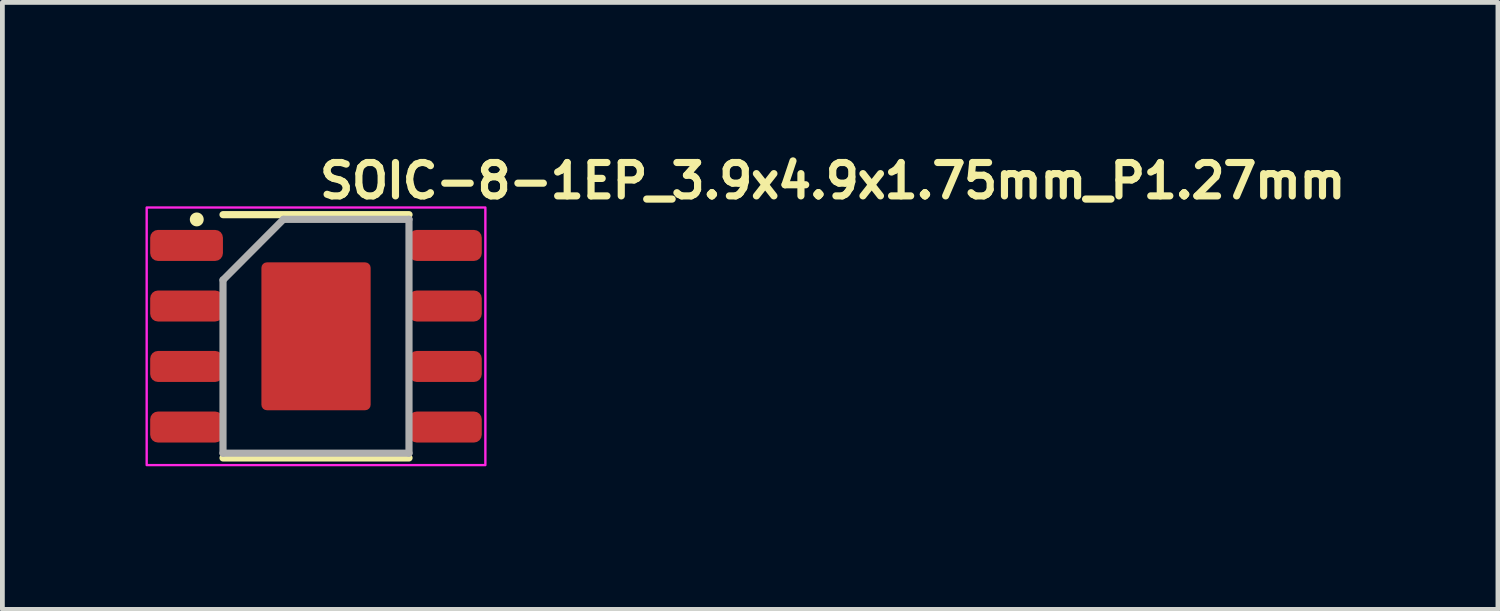
<source format=kicad_pcb>
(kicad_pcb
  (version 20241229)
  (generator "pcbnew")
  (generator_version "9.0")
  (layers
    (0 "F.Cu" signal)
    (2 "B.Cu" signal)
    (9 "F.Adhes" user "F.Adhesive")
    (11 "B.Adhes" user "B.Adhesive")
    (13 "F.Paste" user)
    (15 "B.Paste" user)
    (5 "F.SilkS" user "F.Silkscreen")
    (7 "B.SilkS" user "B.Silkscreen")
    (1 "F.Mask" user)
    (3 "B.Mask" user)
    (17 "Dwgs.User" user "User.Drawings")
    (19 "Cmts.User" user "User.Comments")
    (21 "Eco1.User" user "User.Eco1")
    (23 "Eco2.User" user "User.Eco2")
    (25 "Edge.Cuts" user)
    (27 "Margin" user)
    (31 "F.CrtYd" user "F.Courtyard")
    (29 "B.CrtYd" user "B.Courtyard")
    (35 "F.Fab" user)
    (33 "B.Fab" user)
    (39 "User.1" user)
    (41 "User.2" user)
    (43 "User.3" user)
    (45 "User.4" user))
  (footprint "SOIC-8-1EP_3.9x4.9x1.75mm_P1.27mm"
    (layer "F.Cu")
    (at 3.575 4)
    (property "Reference" "SOIC-8-1EP_3.9x4.9x1.75mm_P1.27mm" (at 0 -2.85 0) (layer "F.SilkS") (effects (font (size 0.7 0.7) (thickness 0.15)) (justify left bottom)))
    (attr smd)
    (fp_line (start 1.95 -2.55) (end -1.95 -2.55) (stroke (width 0.15) (type solid)) (layer "F.SilkS"))
    (fp_line (start 1.95 2.55) (end -1.95 2.55) (stroke (width 0.15) (type solid)) (layer "F.SilkS"))
    (fp_circle (center -2.5 -2.45) (end -2.45 -2.4) (stroke (width 0.15) (type solid)) (fill yes) (layer "F.SilkS"))
    (fp_rect (start -3.55 -2.7) (end 3.55 2.7) (stroke (width 0.05) (type solid)) (fill no) (layer "F.CrtYd"))
    (fp_line (start -1.95 -1.18) (end -0.683 -2.452) (stroke (width 0.15) (type solid)) (layer "F.Fab"))
    (fp_line (start -1.95 2.45) (end -1.95 -1.18) (stroke (width 0.15) (type solid)) (layer "F.Fab"))
    (fp_line (start -0.683 -2.452) (end 1.949 -2.452) (stroke (width 0.15) (type solid)) (layer "F.Fab"))
    (fp_line (start 1.949 -2.452) (end 1.949 2.45) (stroke (width 0.15) (type solid)) (layer "F.Fab"))
    (fp_line (start 1.949 2.45) (end -1.95 2.45) (stroke (width 0.15) (type solid)) (layer "F.Fab"))
    (fp_rect (start -3 -2.452) (end 2.999 2.45) (stroke (width 0.1) (type solid)) (fill no) (layer "User.5"))
    (fp_line (start -3 -2.11) (end -2.753 -2.11) (stroke (width 0.02) (type solid)) (layer "User.9"))
    (fp_line (start -3 -1.7) (end -3 -2.11) (stroke (width 0.02) (type solid)) (layer "User.9"))
    (fp_line (start -3 -1.7) (end -2.753 -1.7) (stroke (width 0.02) (type solid)) (layer "User.9"))
    (fp_line (start -3 -0.84) (end -2.753 -0.84) (stroke (width 0.02) (type solid)) (layer "User.9"))
    (fp_line (start -3 -0.43) (end -3 -0.84) (stroke (width 0.02) (type solid)) (layer "User.9"))
    (fp_line (start -3 -0.43) (end -2.753 -0.43) (stroke (width 0.02) (type solid)) (layer "User.9"))
    (fp_line (start -3 0.428) (end -2.753 0.428) (stroke (width 0.02) (type solid)) (layer "User.9"))
    (fp_line (start -3 0.838) (end -3 0.428) (stroke (width 0.02) (type solid)) (layer "User.9"))
    (fp_line (start -3 0.838) (end -2.753 0.838) (stroke (width 0.02) (type solid)) (layer "User.9"))
    (fp_line (start -3 1.699) (end -2.753 1.699) (stroke (width 0.02) (type solid)) (layer "User.9"))
    (fp_line (start -3 2.108) (end -3 1.699) (stroke (width 0.02) (type solid)) (layer "User.9"))
    (fp_line (start -3 2.108) (end -2.753 2.108) (stroke (width 0.02) (type solid)) (layer "User.9"))
    (fp_line (start -2.753 -2.11) (end -2.672 -2.11) (stroke (width 0.02) (type solid)) (layer "User.9"))
    (fp_line (start -2.753 -1.7) (end -2.672 -1.7) (stroke (width 0.02) (type solid)) (layer "User.9"))
    (fp_line (start -2.753 -0.84) (end -2.672 -0.84) (stroke (width 0.02) (type solid)) (layer "User.9"))
    (fp_line (start -2.753 -0.43) (end -2.672 -0.43) (stroke (width 0.02) (type solid)) (layer "User.9"))
    (fp_line (start -2.753 0.428) (end -2.672 0.428) (stroke (width 0.02) (type solid)) (layer "User.9"))
    (fp_line (start -2.753 0.838) (end -2.672 0.838) (stroke (width 0.02) (type solid)) (layer "User.9"))
    (fp_line (start -2.753 1.699) (end -2.672 1.699) (stroke (width 0.02) (type solid)) (layer "User.9"))
    (fp_line (start -2.753 2.108) (end -2.672 2.108) (stroke (width 0.02) (type solid)) (layer "User.9"))
    (fp_line (start -2.672 -2.11) (end -2.145 -2.11) (stroke (width 0.02) (type solid)) (layer "User.9"))
    (fp_line (start -2.672 -1.7) (end -2.145 -1.7) (stroke (width 0.02) (type solid)) (layer "User.9"))
    (fp_line (start -2.672 -0.84) (end -2.145 -0.84) (stroke (width 0.02) (type solid)) (layer "User.9"))
    (fp_line (start -2.672 -0.43) (end -2.145 -0.43) (stroke (width 0.02) (type solid)) (layer "User.9"))
    (fp_line (start -2.672 0.428) (end -2.145 0.428) (stroke (width 0.02) (type solid)) (layer "User.9"))
    (fp_line (start -2.672 0.838) (end -2.145 0.838) (stroke (width 0.02) (type solid)) (layer "User.9"))
    (fp_line (start -2.672 1.699) (end -2.145 1.699) (stroke (width 0.02) (type solid)) (layer "User.9"))
    (fp_line (start -2.672 2.108) (end -2.145 2.108) (stroke (width 0.02) (type solid)) (layer "User.9"))
    (fp_line (start -2.145 -2.11) (end -2.064 -2.11) (stroke (width 0.02) (type solid)) (layer "User.9"))
    (fp_line (start -2.145 -1.7) (end -2.064 -1.7) (stroke (width 0.02) (type solid)) (layer "User.9"))
    (fp_line (start -2.145 -0.84) (end -2.064 -0.84) (stroke (width 0.02) (type solid)) (layer "User.9"))
    (fp_line (start -2.145 -0.43) (end -2.064 -0.43) (stroke (width 0.02) (type solid)) (layer "User.9"))
    (fp_line (start -2.145 0.428) (end -2.064 0.428) (stroke (width 0.02) (type solid)) (layer "User.9"))
    (fp_line (start -2.145 0.838) (end -2.064 0.838) (stroke (width 0.02) (type solid)) (layer "User.9"))
    (fp_line (start -2.145 1.699) (end -2.064 1.699) (stroke (width 0.02) (type solid)) (layer "User.9"))
    (fp_line (start -2.145 2.108) (end -2.064 2.108) (stroke (width 0.02) (type solid)) (layer "User.9"))
    (fp_line (start -2.064 -2.11) (end -1.95 -2.11) (stroke (width 0.02) (type solid)) (layer "User.9"))
    (fp_line (start -2.064 -1.7) (end -1.95 -1.7) (stroke (width 0.02) (type solid)) (layer "User.9"))
    (fp_line (start -2.064 -0.84) (end -1.95 -0.84) (stroke (width 0.02) (type solid)) (layer "User.9"))
    (fp_line (start -2.064 -0.43) (end -1.95 -0.43) (stroke (width 0.02) (type solid)) (layer "User.9"))
    (fp_line (start -2.064 0.428) (end -1.95 0.428) (stroke (width 0.02) (type solid)) (layer "User.9"))
    (fp_line (start -2.064 0.838) (end -1.95 0.838) (stroke (width 0.02) (type solid)) (layer "User.9"))
    (fp_line (start -2.064 1.699) (end -1.95 1.699) (stroke (width 0.02) (type solid)) (layer "User.9"))
    (fp_line (start -2.064 2.108) (end -1.95 2.108) (stroke (width 0.02) (type solid)) (layer "User.9"))
    (fp_line (start -1.95 -2.452) (end -1.859 -2.359) (stroke (width 0.02) (type solid)) (layer "User.9"))
    (fp_line (start -1.95 -2.452) (end 1.949 -2.452) (stroke (width 0.02) (type solid)) (layer "User.9"))
    (fp_line (start -1.95 -1.7) (end -1.95 -2.11) (stroke (width 0.02) (type solid)) (layer "User.9"))
    (fp_line (start -1.95 -0.43) (end -1.95 -0.84) (stroke (width 0.02) (type solid)) (layer "User.9"))
    (fp_line (start -1.95 0.838) (end -1.95 0.428) (stroke (width 0.02) (type solid)) (layer "User.9"))
    (fp_line (start -1.95 2.108) (end -1.95 1.699) (stroke (width 0.02) (type solid)) (layer "User.9"))
    (fp_line (start -1.95 2.45) (end -1.95 -2.452) (stroke (width 0.02) (type solid)) (layer "User.9"))
    (fp_line (start -1.95 2.45) (end -1.859 2.358) (stroke (width 0.02) (type solid)) (layer "User.9"))
    (fp_line (start -1.95 2.45) (end 1.949 2.45) (stroke (width 0.02) (type solid)) (layer "User.9"))
    (fp_line (start -1.859 -2.359) (end -1.809 -2.31) (stroke (width 0.02) (type solid)) (layer "User.9"))
    (fp_line (start -1.859 2.358) (end -1.809 2.307) (stroke (width 0.02) (type solid)) (layer "User.9"))
    (fp_line (start -1.559 -1.841) (end -1.559 -1.829) (stroke (width 0.02) (type solid)) (layer "User.9"))
    (fp_line (start -1.559 -1.829) (end -1.559 -1.815) (stroke (width 0.02) (type solid)) (layer "User.9"))
    (fp_line (start -1.559 -1.815) (end -1.559 -1.815) (stroke (width 0.02) (type solid)) (layer "User.9"))
    (fp_line (start -1.559 -1.815) (end -1.559 -1.803) (stroke (width 0.02) (type solid)) (layer "User.9"))
    (fp_line (start -1.559 -1.803) (end -1.559 -1.792) (stroke (width 0.02) (type solid)) (layer "User.9"))
    (fp_line (start -1.559 -1.792) (end -1.557 -1.778) (stroke (width 0.02) (type solid)) (layer "User.9"))
    (fp_line (start -1.557 -1.853) (end -1.559 -1.841) (stroke (width 0.02) (type solid)) (layer "User.9"))
    (fp_line (start -1.557 -1.778) (end -1.555 -1.766) (stroke (width 0.02) (type solid)) (layer "User.9"))
    (fp_line (start -1.555 -1.865) (end -1.557 -1.853) (stroke (width 0.02) (type solid)) (layer "User.9"))
    (fp_line (start -1.555 -1.766) (end -1.553 -1.756) (stroke (width 0.02) (type solid)) (layer "User.9"))
    (fp_line (start -1.553 -1.877) (end -1.555 -1.865) (stroke (width 0.02) (type solid)) (layer "User.9"))
    (fp_line (start -1.553 -1.756) (end -1.549 -1.744) (stroke (width 0.02) (type solid)) (layer "User.9"))
    (fp_line (start -1.549 -1.889) (end -1.553 -1.877) (stroke (width 0.02) (type solid)) (layer "User.9"))
    (fp_line (start -1.549 -1.744) (end -1.545 -1.732) (stroke (width 0.02) (type solid)) (layer "User.9"))
    (fp_line (start -1.545 -1.899) (end -1.549 -1.889) (stroke (width 0.02) (type solid)) (layer "User.9"))
    (fp_line (start -1.545 -1.732) (end -1.541 -1.722) (stroke (width 0.02) (type solid)) (layer "User.9"))
    (fp_line (start -1.541 -1.911) (end -1.545 -1.899) (stroke (width 0.02) (type solid)) (layer "User.9"))
    (fp_line (start -1.541 -1.722) (end -1.536 -1.71) (stroke (width 0.02) (type solid)) (layer "User.9"))
    (fp_line (start -1.536 -1.922) (end -1.541 -1.911) (stroke (width 0.02) (type solid)) (layer "User.9"))
    (fp_line (start -1.536 -1.71) (end -1.53 -1.7) (stroke (width 0.02) (type solid)) (layer "User.9"))
    (fp_line (start -1.53 -1.932) (end -1.536 -1.922) (stroke (width 0.02) (type solid)) (layer "User.9"))
    (fp_line (start -1.53 -1.7) (end -1.524 -1.69) (stroke (width 0.02) (type solid)) (layer "User.9"))
    (fp_line (start -1.524 -1.942) (end -1.53 -1.932) (stroke (width 0.02) (type solid)) (layer "User.9"))
    (fp_line (start -1.524 -1.69) (end -1.518 -1.68) (stroke (width 0.02) (type solid)) (layer "User.9"))
    (fp_line (start -1.518 -1.952) (end -1.524 -1.942) (stroke (width 0.02) (type solid)) (layer "User.9"))
    (fp_line (start -1.518 -1.68) (end -1.512 -1.67) (stroke (width 0.02) (type solid)) (layer "User.9"))
    (fp_line (start -1.512 -1.962) (end -1.518 -1.952) (stroke (width 0.02) (type solid)) (layer "User.9"))
    (fp_line (start -1.512 -1.67) (end -1.504 -1.661) (stroke (width 0.02) (type solid)) (layer "User.9"))
    (fp_line (start -1.504 -1.972) (end -1.512 -1.962) (stroke (width 0.02) (type solid)) (layer "User.9"))
    (fp_line (start -1.504 -1.661) (end -1.496 -1.653) (stroke (width 0.02) (type solid)) (layer "User.9"))
    (fp_line (start -1.496 -1.98) (end -1.504 -1.972) (stroke (width 0.02) (type solid)) (layer "User.9"))
    (fp_line (start -1.496 -1.653) (end -1.488 -1.643) (stroke (width 0.02) (type solid)) (layer "User.9"))
    (fp_line (start -1.488 -1.988) (end -1.496 -1.98) (stroke (width 0.02) (type solid)) (layer "User.9"))
    (fp_line (start -1.488 -1.643) (end -1.48 -1.635) (stroke (width 0.02) (type solid)) (layer "User.9"))
    (fp_line (start -1.48 -1.996) (end -1.488 -1.988) (stroke (width 0.02) (type solid)) (layer "User.9"))
    (fp_line (start -1.48 -1.635) (end -1.472 -1.627) (stroke (width 0.02) (type solid)) (layer "User.9"))
    (fp_line (start -1.472 -2.004) (end -1.48 -1.996) (stroke (width 0.02) (type solid)) (layer "User.9"))
    (fp_line (start -1.472 -1.627) (end -1.462 -1.621) (stroke (width 0.02) (type solid)) (layer "User.9"))
    (fp_line (start -1.462 -2.012) (end -1.472 -2.004) (stroke (width 0.02) (type solid)) (layer "User.9"))
    (fp_line (start -1.462 -1.621) (end -1.452 -1.613) (stroke (width 0.02) (type solid)) (layer "User.9"))
    (fp_line (start -1.452 -2.019) (end -1.462 -2.012) (stroke (width 0.02) (type solid)) (layer "User.9"))
    (fp_line (start -1.452 -1.613) (end -1.442 -1.607) (stroke (width 0.02) (type solid)) (layer "User.9"))
    (fp_line (start -1.442 -2.024) (end -1.452 -2.019) (stroke (width 0.02) (type solid)) (layer "User.9"))
    (fp_line (start -1.442 -1.607) (end -1.432 -1.601) (stroke (width 0.02) (type solid)) (layer "User.9"))
    (fp_line (start -1.432 -2.031) (end -1.442 -2.024) (stroke (width 0.02) (type solid)) (layer "User.9"))
    (fp_line (start -1.432 -1.601) (end -1.422 -1.597) (stroke (width 0.02) (type solid)) (layer "User.9"))
    (fp_line (start -1.422 -2.036) (end -1.432 -2.031) (stroke (width 0.02) (type solid)) (layer "User.9"))
    (fp_line (start -1.422 -1.597) (end -1.41 -1.591) (stroke (width 0.02) (type solid)) (layer "User.9"))
    (fp_line (start -1.41 -2.04) (end -1.422 -2.036) (stroke (width 0.02) (type solid)) (layer "User.9"))
    (fp_line (start -1.41 -1.591) (end -1.399 -1.587) (stroke (width 0.02) (type solid)) (layer "User.9"))
    (fp_line (start -1.399 -2.044) (end -1.41 -2.04) (stroke (width 0.02) (type solid)) (layer "User.9"))
    (fp_line (start -1.399 -1.587) (end -1.389 -1.583) (stroke (width 0.02) (type solid)) (layer "User.9"))
    (fp_line (start -1.389 -2.048) (end -1.399 -2.044) (stroke (width 0.02) (type solid)) (layer "User.9"))
    (fp_line (start -1.389 -1.583) (end -1.377 -1.579) (stroke (width 0.02) (type solid)) (layer "User.9"))
    (fp_line (start -1.377 -2.053) (end -1.389 -2.048) (stroke (width 0.02) (type solid)) (layer "User.9"))
    (fp_line (start -1.377 -1.579) (end -1.365 -1.577) (stroke (width 0.02) (type solid)) (layer "User.9"))
    (fp_line (start -1.365 -2.054) (end -1.377 -2.053) (stroke (width 0.02) (type solid)) (layer "User.9"))
    (fp_line (start -1.365 -1.577) (end -1.353 -1.575) (stroke (width 0.02) (type solid)) (layer "User.9"))
    (fp_line (start -1.353 -2.057) (end -1.365 -2.054) (stroke (width 0.02) (type solid)) (layer "User.9"))
    (fp_line (start -1.353 -1.575) (end -1.341 -1.573) (stroke (width 0.02) (type solid)) (layer "User.9"))
    (fp_line (start -1.341 -2.058) (end -1.353 -2.057) (stroke (width 0.02) (type solid)) (layer "User.9"))
    (fp_line (start -1.341 -1.573) (end -1.329 -1.573) (stroke (width 0.02) (type solid)) (layer "User.9"))
    (fp_line (start -1.329 -2.06) (end -1.341 -2.058) (stroke (width 0.02) (type solid)) (layer "User.9"))
    (fp_line (start -1.329 -1.573) (end -1.315 -1.573) (stroke (width 0.02) (type solid)) (layer "User.9"))
    (fp_line (start -1.315 -2.06) (end -1.329 -2.06) (stroke (width 0.02) (type solid)) (layer "User.9"))
    (fp_line (start -1.315 -2.06) (end -1.315 -2.06) (stroke (width 0.02) (type solid)) (layer "User.9"))
    (fp_line (start -1.315 -1.573) (end -1.315 -1.573) (stroke (width 0.02) (type solid)) (layer "User.9"))
    (fp_line (start -1.315 -1.573) (end -1.303 -1.573) (stroke (width 0.02) (type solid)) (layer "User.9"))
    (fp_line (start -1.303 -2.06) (end -1.315 -2.06) (stroke (width 0.02) (type solid)) (layer "User.9"))
    (fp_line (start -1.303 -1.573) (end -1.291 -1.573) (stroke (width 0.02) (type solid)) (layer "User.9"))
    (fp_line (start -1.291 -2.058) (end -1.303 -2.06) (stroke (width 0.02) (type solid)) (layer "User.9"))
    (fp_line (start -1.291 -1.573) (end -1.278 -1.575) (stroke (width 0.02) (type solid)) (layer "User.9"))
    (fp_line (start -1.278 -2.057) (end -1.291 -2.058) (stroke (width 0.02) (type solid)) (layer "User.9"))
    (fp_line (start -1.278 -1.575) (end -1.266 -1.577) (stroke (width 0.02) (type solid)) (layer "User.9"))
    (fp_line (start -1.266 -2.054) (end -1.278 -2.057) (stroke (width 0.02) (type solid)) (layer "User.9"))
    (fp_line (start -1.266 -1.577) (end -1.256 -1.579) (stroke (width 0.02) (type solid)) (layer "User.9"))
    (fp_line (start -1.256 -2.053) (end -1.266 -2.054) (stroke (width 0.02) (type solid)) (layer "User.9"))
    (fp_line (start -1.256 -1.579) (end -1.244 -1.583) (stroke (width 0.02) (type solid)) (layer "User.9"))
    (fp_line (start -1.244 -2.048) (end -1.256 -2.053) (stroke (width 0.02) (type solid)) (layer "User.9"))
    (fp_line (start -1.244 -1.583) (end -1.232 -1.587) (stroke (width 0.02) (type solid)) (layer "User.9"))
    (fp_line (start -1.232 -2.044) (end -1.244 -2.048) (stroke (width 0.02) (type solid)) (layer "User.9"))
    (fp_line (start -1.232 -1.587) (end -1.222 -1.591) (stroke (width 0.02) (type solid)) (layer "User.9"))
    (fp_line (start -1.222 -2.04) (end -1.232 -2.044) (stroke (width 0.02) (type solid)) (layer "User.9"))
    (fp_line (start -1.222 -1.591) (end -1.21 -1.597) (stroke (width 0.02) (type solid)) (layer "User.9"))
    (fp_line (start -1.21 -2.036) (end -1.222 -2.04) (stroke (width 0.02) (type solid)) (layer "User.9"))
    (fp_line (start -1.21 -1.597) (end -1.2 -1.601) (stroke (width 0.02) (type solid)) (layer "User.9"))
    (fp_line (start -1.2 -2.031) (end -1.21 -2.036) (stroke (width 0.02) (type solid)) (layer "User.9"))
    (fp_line (start -1.2 -1.601) (end -1.19 -1.607) (stroke (width 0.02) (type solid)) (layer "User.9"))
    (fp_line (start -1.19 -2.024) (end -1.2 -2.031) (stroke (width 0.02) (type solid)) (layer "User.9"))
    (fp_line (start -1.19 -1.607) (end -1.18 -1.613) (stroke (width 0.02) (type solid)) (layer "User.9"))
    (fp_line (start -1.18 -2.019) (end -1.19 -2.024) (stroke (width 0.02) (type solid)) (layer "User.9"))
    (fp_line (start -1.18 -1.613) (end -1.17 -1.621) (stroke (width 0.02) (type solid)) (layer "User.9"))
    (fp_line (start -1.17 -2.012) (end -1.18 -2.019) (stroke (width 0.02) (type solid)) (layer "User.9"))
    (fp_line (start -1.17 -1.621) (end -1.16 -1.627) (stroke (width 0.02) (type solid)) (layer "User.9"))
    (fp_line (start -1.16 -2.004) (end -1.17 -2.012) (stroke (width 0.02) (type solid)) (layer "User.9"))
    (fp_line (start -1.16 -1.627) (end -1.153 -1.635) (stroke (width 0.02) (type solid)) (layer "User.9"))
    (fp_line (start -1.153 -1.996) (end -1.16 -2.004) (stroke (width 0.02) (type solid)) (layer "User.9"))
    (fp_line (start -1.153 -1.635) (end -1.143 -1.643) (stroke (width 0.02) (type solid)) (layer "User.9"))
    (fp_line (start -1.143 -1.988) (end -1.153 -1.996) (stroke (width 0.02) (type solid)) (layer "User.9"))
    (fp_line (start -1.143 -1.643) (end -1.135 -1.653) (stroke (width 0.02) (type solid)) (layer "User.9"))
    (fp_line (start -1.135 -1.98) (end -1.143 -1.988) (stroke (width 0.02) (type solid)) (layer "User.9"))
    (fp_line (start -1.135 -1.653) (end -1.127 -1.661) (stroke (width 0.02) (type solid)) (layer "User.9"))
    (fp_line (start -1.127 -1.972) (end -1.135 -1.98) (stroke (width 0.02) (type solid)) (layer "User.9"))
    (fp_line (start -1.127 -1.661) (end -1.121 -1.67) (stroke (width 0.02) (type solid)) (layer "User.9"))
    (fp_line (start -1.121 -1.962) (end -1.127 -1.972) (stroke (width 0.02) (type solid)) (layer "User.9"))
    (fp_line (start -1.121 -1.67) (end -1.113 -1.68) (stroke (width 0.02) (type solid)) (layer "User.9"))
    (fp_line (start -1.113 -1.952) (end -1.121 -1.962) (stroke (width 0.02) (type solid)) (layer "User.9"))
    (fp_line (start -1.113 -1.68) (end -1.107 -1.69) (stroke (width 0.02) (type solid)) (layer "User.9"))
    (fp_line (start -1.107 -1.942) (end -1.113 -1.952) (stroke (width 0.02) (type solid)) (layer "User.9"))
    (fp_line (start -1.107 -1.69) (end -1.101 -1.7) (stroke (width 0.02) (type solid)) (layer "User.9"))
    (fp_line (start -1.101 -1.932) (end -1.107 -1.942) (stroke (width 0.02) (type solid)) (layer "User.9"))
    (fp_line (start -1.101 -1.7) (end -1.097 -1.71) (stroke (width 0.02) (type solid)) (layer "User.9"))
    (fp_line (start -1.097 -1.922) (end -1.101 -1.932) (stroke (width 0.02) (type solid)) (layer "User.9"))
    (fp_line (start -1.097 -1.71) (end -1.091 -1.722) (stroke (width 0.02) (type solid)) (layer "User.9"))
    (fp_line (start -1.091 -1.911) (end -1.097 -1.922) (stroke (width 0.02) (type solid)) (layer "User.9"))
    (fp_line (start -1.091 -1.722) (end -1.087 -1.732) (stroke (width 0.02) (type solid)) (layer "User.9"))
    (fp_line (start -1.087 -1.899) (end -1.091 -1.911) (stroke (width 0.02) (type solid)) (layer "User.9"))
    (fp_line (start -1.087 -1.732) (end -1.083 -1.744) (stroke (width 0.02) (type solid)) (layer "User.9"))
    (fp_line (start -1.083 -1.889) (end -1.087 -1.899) (stroke (width 0.02) (type solid)) (layer "User.9"))
    (fp_line (start -1.083 -1.744) (end -1.079 -1.756) (stroke (width 0.02) (type solid)) (layer "User.9"))
    (fp_line (start -1.079 -1.877) (end -1.083 -1.889) (stroke (width 0.02) (type solid)) (layer "User.9"))
    (fp_line (start -1.079 -1.756) (end -1.077 -1.766) (stroke (width 0.02) (type solid)) (layer "User.9"))
    (fp_line (start -1.077 -1.865) (end -1.079 -1.877) (stroke (width 0.02) (type solid)) (layer "User.9"))
    (fp_line (start -1.077 -1.766) (end -1.075 -1.778) (stroke (width 0.02) (type solid)) (layer "User.9"))
    (fp_line (start -1.075 -1.853) (end -1.077 -1.865) (stroke (width 0.02) (type solid)) (layer "User.9"))
    (fp_line (start -1.075 -1.778) (end -1.073 -1.792) (stroke (width 0.02) (type solid)) (layer "User.9"))
    (fp_line (start -1.073 -1.841) (end -1.075 -1.853) (stroke (width 0.02) (type solid)) (layer "User.9"))
    (fp_line (start -1.073 -1.829) (end -1.073 -1.841) (stroke (width 0.02) (type solid)) (layer "User.9"))
    (fp_line (start -1.073 -1.815) (end -1.073 -1.829) (stroke (width 0.02) (type solid)) (layer "User.9"))
    (fp_line (start -1.073 -1.815) (end -1.073 -1.815) (stroke (width 0.02) (type solid)) (layer "User.9"))
    (fp_line (start -1.073 -1.815) (end -1.073 -1.815) (stroke (width 0.02) (type solid)) (layer "User.9"))
    (fp_line (start -1.073 -1.803) (end -1.073 -1.815) (stroke (width 0.02) (type solid)) (layer "User.9"))
    (fp_line (start -1.073 -1.792) (end -1.073 -1.803) (stroke (width 0.02) (type solid)) (layer "User.9"))
    (fp_line (start 1.808 -2.31) (end 1.858 -2.359) (stroke (width 0.02) (type solid)) (layer "User.9"))
    (fp_line (start 1.858 2.358) (end 1.808 2.307) (stroke (width 0.02) (type solid)) (layer "User.9"))
    (fp_line (start 1.949 -2.452) (end 1.858 -2.359) (stroke (width 0.02) (type solid)) (layer "User.9"))
    (fp_line (start 1.949 -2.11) (end 2.061 -2.11) (stroke (width 0.02) (type solid)) (layer "User.9"))
    (fp_line (start 1.949 -1.7) (end 1.949 -2.11) (stroke (width 0.02) (type solid)) (layer "User.9"))
    (fp_line (start 1.949 -1.7) (end 2.061 -1.7) (stroke (width 0.02) (type solid)) (layer "User.9"))
    (fp_line (start 1.949 -0.84) (end 2.061 -0.84) (stroke (width 0.02) (type solid)) (layer "User.9"))
    (fp_line (start 1.949 -0.43) (end 1.949 -0.84) (stroke (width 0.02) (type solid)) (layer "User.9"))
    (fp_line (start 1.949 -0.43) (end 2.061 -0.43) (stroke (width 0.02) (type solid)) (layer "User.9"))
    (fp_line (start 1.949 0.428) (end 2.061 0.428) (stroke (width 0.02) (type solid)) (layer "User.9"))
    (fp_line (start 1.949 0.838) (end 1.949 0.428) (stroke (width 0.02) (type solid)) (layer "User.9"))
    (fp_line (start 1.949 0.838) (end 2.061 0.838) (stroke (width 0.02) (type solid)) (layer "User.9"))
    (fp_line (start 1.949 1.699) (end 2.061 1.699) (stroke (width 0.02) (type solid)) (layer "User.9"))
    (fp_line (start 1.949 2.108) (end 1.949 1.699) (stroke (width 0.02) (type solid)) (layer "User.9"))
    (fp_line (start 1.949 2.108) (end 2.061 2.108) (stroke (width 0.02) (type solid)) (layer "User.9"))
    (fp_line (start 1.949 2.45) (end 1.858 2.358) (stroke (width 0.02) (type solid)) (layer "User.9"))
    (fp_line (start 1.949 2.45) (end 1.949 -2.452) (stroke (width 0.02) (type solid)) (layer "User.9"))
    (fp_line (start 2.143 -2.11) (end 2.061 -2.11) (stroke (width 0.02) (type solid)) (layer "User.9"))
    (fp_line (start 2.143 -1.7) (end 2.061 -1.7) (stroke (width 0.02) (type solid)) (layer "User.9"))
    (fp_line (start 2.143 -0.84) (end 2.061 -0.84) (stroke (width 0.02) (type solid)) (layer "User.9"))
    (fp_line (start 2.143 -0.43) (end 2.061 -0.43) (stroke (width 0.02) (type solid)) (layer "User.9"))
    (fp_line (start 2.143 0.428) (end 2.061 0.428) (stroke (width 0.02) (type solid)) (layer "User.9"))
    (fp_line (start 2.143 0.838) (end 2.061 0.838) (stroke (width 0.02) (type solid)) (layer "User.9"))
    (fp_line (start 2.143 1.699) (end 2.061 1.699) (stroke (width 0.02) (type solid)) (layer "User.9"))
    (fp_line (start 2.143 2.108) (end 2.061 2.108) (stroke (width 0.02) (type solid)) (layer "User.9"))
    (fp_line (start 2.669 -2.11) (end 2.143 -2.11) (stroke (width 0.02) (type solid)) (layer "User.9"))
    (fp_line (start 2.669 -1.7) (end 2.143 -1.7) (stroke (width 0.02) (type solid)) (layer "User.9"))
    (fp_line (start 2.669 -0.84) (end 2.143 -0.84) (stroke (width 0.02) (type solid)) (layer "User.9"))
    (fp_line (start 2.669 -0.43) (end 2.143 -0.43) (stroke (width 0.02) (type solid)) (layer "User.9"))
    (fp_line (start 2.669 0.428) (end 2.143 0.428) (stroke (width 0.02) (type solid)) (layer "User.9"))
    (fp_line (start 2.669 0.838) (end 2.143 0.838) (stroke (width 0.02) (type solid)) (layer "User.9"))
    (fp_line (start 2.669 1.699) (end 2.143 1.699) (stroke (width 0.02) (type solid)) (layer "User.9"))
    (fp_line (start 2.669 2.108) (end 2.143 2.108) (stroke (width 0.02) (type solid)) (layer "User.9"))
    (fp_line (start 2.75 -2.11) (end 2.669 -2.11) (stroke (width 0.02) (type solid)) (layer "User.9"))
    (fp_line (start 2.75 -2.11) (end 2.999 -2.11) (stroke (width 0.02) (type solid)) (layer "User.9"))
    (fp_line (start 2.75 -1.7) (end 2.669 -1.7) (stroke (width 0.02) (type solid)) (layer "User.9"))
    (fp_line (start 2.75 -1.7) (end 2.999 -1.7) (stroke (width 0.02) (type solid)) (layer "User.9"))
    (fp_line (start 2.75 -0.84) (end 2.669 -0.84) (stroke (width 0.02) (type solid)) (layer "User.9"))
    (fp_line (start 2.75 -0.84) (end 2.999 -0.84) (stroke (width 0.02) (type solid)) (layer "User.9"))
    (fp_line (start 2.75 -0.43) (end 2.669 -0.43) (stroke (width 0.02) (type solid)) (layer "User.9"))
    (fp_line (start 2.75 -0.43) (end 2.999 -0.43) (stroke (width 0.02) (type solid)) (layer "User.9"))
    (fp_line (start 2.75 0.428) (end 2.669 0.428) (stroke (width 0.02) (type solid)) (layer "User.9"))
    (fp_line (start 2.75 0.428) (end 2.999 0.428) (stroke (width 0.02) (type solid)) (layer "User.9"))
    (fp_line (start 2.75 0.838) (end 2.669 0.838) (stroke (width 0.02) (type solid)) (layer "User.9"))
    (fp_line (start 2.75 0.838) (end 2.999 0.838) (stroke (width 0.02) (type solid)) (layer "User.9"))
    (fp_line (start 2.75 1.699) (end 2.669 1.699) (stroke (width 0.02) (type solid)) (layer "User.9"))
    (fp_line (start 2.75 1.699) (end 2.999 1.699) (stroke (width 0.02) (type solid)) (layer "User.9"))
    (fp_line (start 2.75 2.108) (end 2.669 2.108) (stroke (width 0.02) (type solid)) (layer "User.9"))
    (fp_line (start 2.75 2.108) (end 2.999 2.108) (stroke (width 0.02) (type solid)) (layer "User.9"))
    (fp_line (start 2.999 -1.7) (end 2.999 -2.11) (stroke (width 0.02) (type solid)) (layer "User.9"))
    (fp_line (start 2.999 -0.43) (end 2.999 -0.84) (stroke (width 0.02) (type solid)) (layer "User.9"))
    (fp_line (start 2.999 0.838) (end 2.999 0.428) (stroke (width 0.02) (type solid)) (layer "User.9"))
    (fp_line (start 2.999 2.108) (end 2.999 1.699) (stroke (width 0.02) (type solid)) (layer "User.9"))
    (pad "1" smd roundrect (at -2.714 -1.905 90) (size 0.65 1.525) (layers "F.Cu" "F.Mask" "F.Paste") (roundrect_rratio 0.25))
    (pad "2" smd roundrect (at -2.714 -0.635 90) (size 0.65 1.525) (layers "F.Cu" "F.Mask" "F.Paste") (roundrect_rratio 0.25))
    (pad "3" smd roundrect (at -2.714 0.632 90) (size 0.65 1.525) (layers "F.Cu" "F.Mask" "F.Paste") (roundrect_rratio 0.25))
    (pad "4" smd roundrect (at -2.714 1.902 90) (size 0.65 1.525) (layers "F.Cu" "F.Mask" "F.Paste") (roundrect_rratio 0.25))
    (pad "5" smd roundrect (at 2.712 1.902 90) (size 0.65 1.525) (layers "F.Cu" "F.Mask" "F.Paste") (roundrect_rratio 0.25))
    (pad "6" smd roundrect (at 2.712 0.632 90) (size 0.65 1.525) (layers "F.Cu" "F.Mask" "F.Paste") (roundrect_rratio 0.25))
    (pad "7" smd roundrect (at 2.712 -0.635 90) (size 0.65 1.525) (layers "F.Cu" "F.Mask" "F.Paste") (roundrect_rratio 0.25))
    (pad "8" smd roundrect (at 2.712 -1.905 90) (size 0.65 1.525) (layers "F.Cu" "F.Mask" "F.Paste") (roundrect_rratio 0.25))
    (pad "9" smd roundrect (at 0 0) (size 2.29 3.1) (layers "F.Cu" "F.Mask" "F.Paste") (roundrect_rratio 0.05)))
  (gr_rect
    (start -3 -3)
    (end 28.352 9.725)
    (stroke (width 0.1) (type default))
    (fill no)
    (layer "Edge.Cuts")))
</source>
